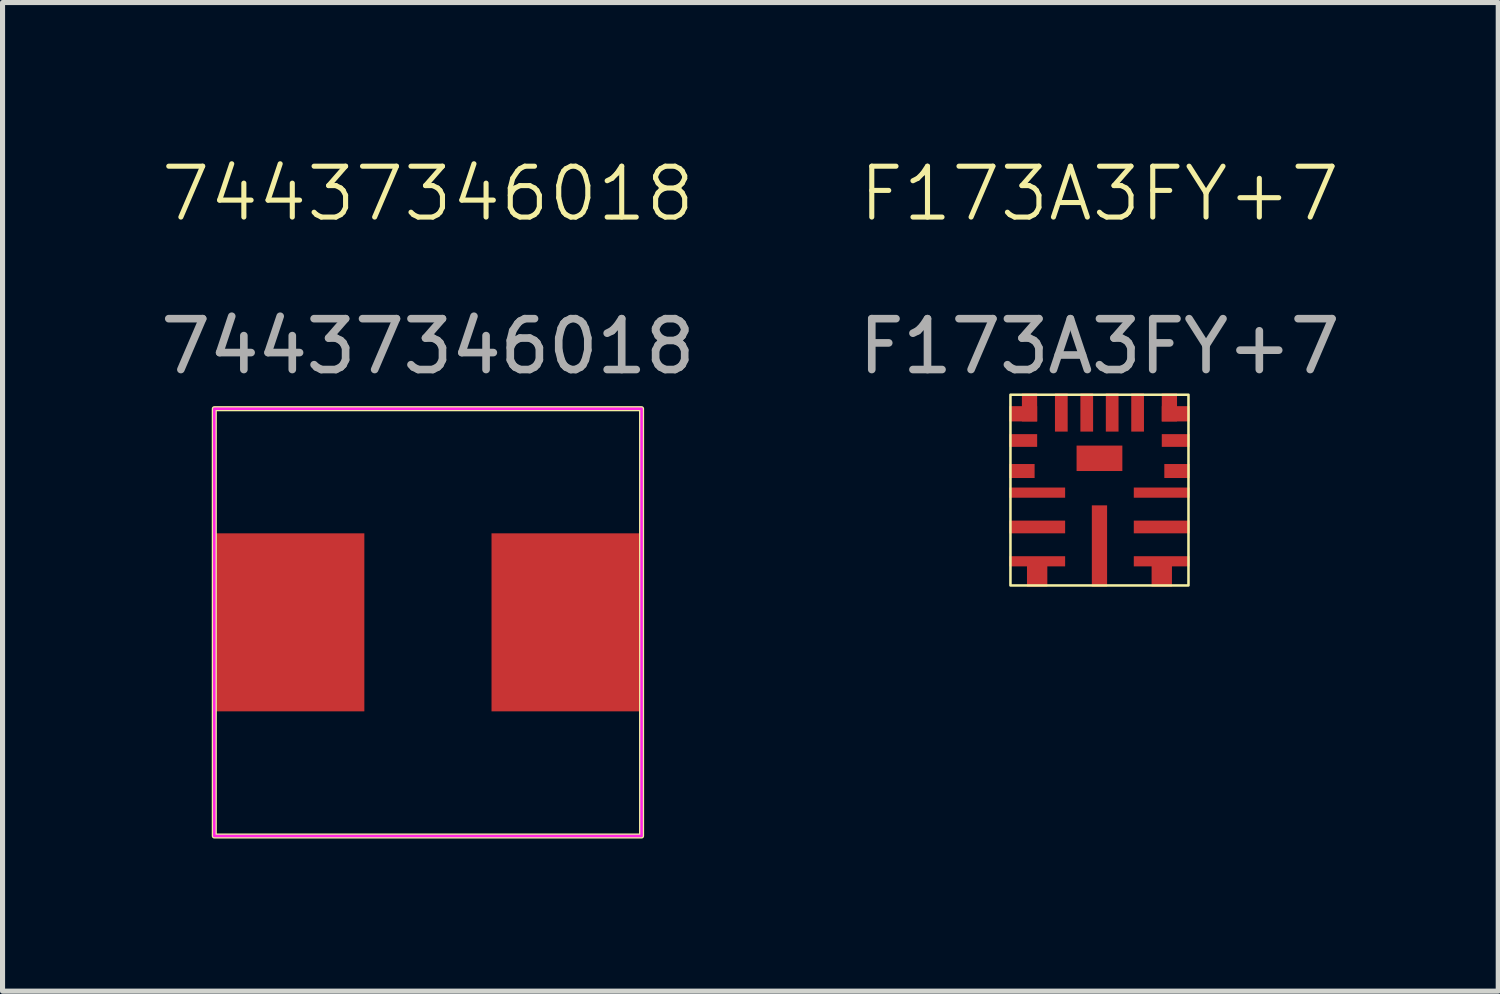
<source format=kicad_pcb>
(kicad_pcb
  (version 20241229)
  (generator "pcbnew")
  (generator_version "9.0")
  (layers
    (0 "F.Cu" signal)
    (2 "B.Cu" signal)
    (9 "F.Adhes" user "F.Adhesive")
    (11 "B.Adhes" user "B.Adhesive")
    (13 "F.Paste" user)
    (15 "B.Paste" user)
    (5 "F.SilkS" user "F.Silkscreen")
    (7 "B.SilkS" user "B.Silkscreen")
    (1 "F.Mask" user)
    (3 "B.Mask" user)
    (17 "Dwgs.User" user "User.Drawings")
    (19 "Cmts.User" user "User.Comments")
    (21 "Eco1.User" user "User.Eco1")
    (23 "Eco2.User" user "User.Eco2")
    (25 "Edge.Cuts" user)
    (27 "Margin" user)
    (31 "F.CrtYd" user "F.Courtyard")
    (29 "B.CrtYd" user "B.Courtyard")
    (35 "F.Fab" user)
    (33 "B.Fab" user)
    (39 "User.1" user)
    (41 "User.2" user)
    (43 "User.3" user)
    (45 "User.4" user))
  (footprint "F173A3FY+7"
    (layer "F.Cu")
    (at 18.565 6.585)
    (property "Reference" "F173A3FY+7" (at 0 -5.825 0) (unlocked yes) (layer "F.SilkS") (effects (font (size 1 1) (thickness 0.1))))
    (attr smd)
    (fp_rect (start -1.75 1.875) (end 1.75 -1.875) (stroke (width 0.05) (type default)) (fill no) (layer "F.SilkS"))
    (fp_text user "${REFERENCE}" (at 0 -2.825 0) (unlocked yes) (layer "F.Fab") (effects (font (size 1 1) (thickness 0.15))))
    (pad "1" smd rect (at -1.5 -0.975) (size 0.55 0.25) (layers "F.Cu" "F.Mask" "F.Paste"))
    (pad "2" smd rect (at -1.525 -0.375) (size 0.5 0.275) (layers "F.Cu" "F.Mask" "F.Paste"))
    (pad "3" smd rect (at -1.225 0.05) (size 1.1 0.2) (layers "F.Cu" "F.Mask" "F.Paste"))
    (pad "4" smd rect (at -1.225 0.725) (size 1.1 0.25) (layers "F.Cu" "F.Mask" "F.Paste"))
    (pad "5" smd rect (at -1.225 1.4) (size 1.1 0.2) (layers "F.Cu" "F.Mask" "F.Paste"))
    (pad "5" smd rect (at -1.225 1.637 180) (size 0.4 0.525) (layers "F.Cu" "F.Mask" "F.Paste"))
    (pad "6" smd rect (at 0 1.1 90) (size 1.6 0.3) (layers "F.Cu" "F.Mask" "F.Paste"))
    (pad "7" smd rect (at 1.225 1.4) (size 1.1 0.2) (layers "F.Cu" "F.Mask" "F.Paste"))
    (pad "7" smd rect (at 1.225 1.637 180) (size 0.4 0.525) (layers "F.Cu" "F.Mask" "F.Paste"))
    (pad "8" smd rect (at 1.225 0.725) (size 1.1 0.25) (layers "F.Cu" "F.Mask" "F.Paste"))
    (pad "9" smd rect (at 1.225 0.05) (size 1.1 0.2) (layers "F.Cu" "F.Mask" "F.Paste"))
    (pad "10" smd rect (at 1.525 -0.375) (size 0.5 0.275) (layers "F.Cu" "F.Mask" "F.Paste"))
    (pad "11" smd rect (at 1.5 -0.975) (size 0.55 0.25) (layers "F.Cu" "F.Mask" "F.Paste"))
    (pad "12" smd rect (at 1.375 -1.625 90) (size 0.55 0.3) (layers "F.Cu" "F.Mask" "F.Paste"))
    (pad "12" smd rect (at 1.5 -1.5 180) (size 0.55 0.3) (layers "F.Cu" "F.Mask" "F.Paste"))
    (pad "13" smd rect (at 0.75 -1.525 90) (size 0.75 0.25) (layers "F.Cu" "F.Mask" "F.Paste"))
    (pad "14" smd rect (at 0.25 -1.525 90) (size 0.75 0.25) (layers "F.Cu" "F.Mask" "F.Paste"))
    (pad "15" smd rect (at -0.25 -1.525 90) (size 0.75 0.25) (layers "F.Cu" "F.Mask" "F.Paste"))
    (pad "16" smd rect (at -0.75 -1.525 90) (size 0.75 0.25) (layers "F.Cu" "F.Mask" "F.Paste"))
    (pad "17" smd rect (at -1.5 -1.5 180) (size 0.55 0.3) (layers "F.Cu" "F.Mask" "F.Paste"))
    (pad "17" smd rect (at -1.375 -1.625 270) (size 0.55 0.3) (layers "F.Cu" "F.Mask" "F.Paste"))
    (pad "18" smd rect (at 0 -0.625 180) (size 0.9 0.5) (layers "F.Cu" "F.Mask" "F.Paste")))
  (footprint "74437346018"
    (layer "F.Cu")
    (at 5.363 9.185)
    (property "Reference" "74437346018" (at 0 -8.425 0) (unlocked yes) (layer "F.SilkS") (effects (font (size 1 1) (thickness 0.1))))
    (attr smd)
    (fp_rect (start -4.2 -4.2) (end 4.2 4.2) (stroke (width 0.1) (type default)) (fill no) (layer "F.SilkS"))
    (fp_rect (start -4.2 -4.2) (end 4.2 4.2) (stroke (width 0.05) (type default)) (fill no) (layer "F.CrtYd"))
    (fp_text user "${REFERENCE}" (at 0 -5.425 0) (unlocked yes) (layer "F.Fab") (effects (font (size 1 1) (thickness 0.15))))
    (pad "1" smd rect (at -2.725 0 180) (size 2.95 3.5) (layers "F.Cu" "F.Mask" "F.Paste"))
    (pad "2" smd rect (at 2.725 0 180) (size 2.95 3.5) (layers "F.Cu" "F.Mask" "F.Paste")))
  (gr_rect
    (start -3 -3)
    (end 26.405 16.436)
    (stroke (width 0.1) (type default))
    (fill no)
    (layer "Edge.Cuts")))
</source>
